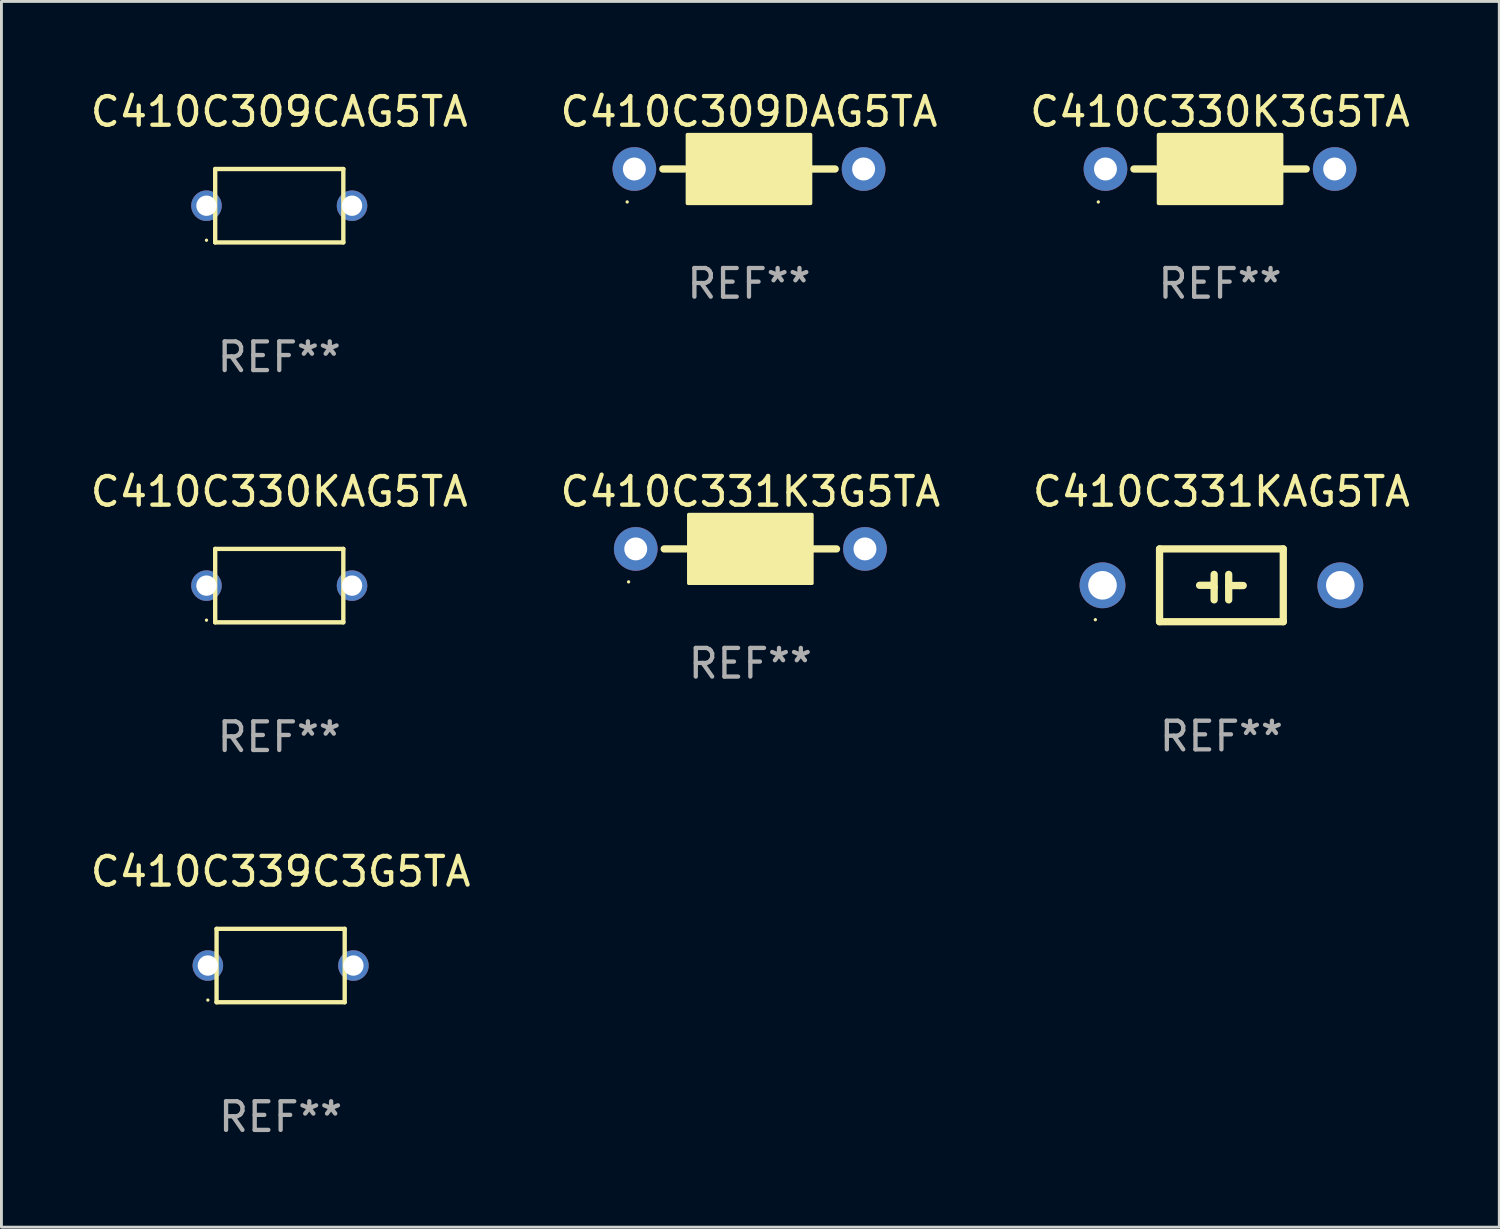
<source format=kicad_pcb>
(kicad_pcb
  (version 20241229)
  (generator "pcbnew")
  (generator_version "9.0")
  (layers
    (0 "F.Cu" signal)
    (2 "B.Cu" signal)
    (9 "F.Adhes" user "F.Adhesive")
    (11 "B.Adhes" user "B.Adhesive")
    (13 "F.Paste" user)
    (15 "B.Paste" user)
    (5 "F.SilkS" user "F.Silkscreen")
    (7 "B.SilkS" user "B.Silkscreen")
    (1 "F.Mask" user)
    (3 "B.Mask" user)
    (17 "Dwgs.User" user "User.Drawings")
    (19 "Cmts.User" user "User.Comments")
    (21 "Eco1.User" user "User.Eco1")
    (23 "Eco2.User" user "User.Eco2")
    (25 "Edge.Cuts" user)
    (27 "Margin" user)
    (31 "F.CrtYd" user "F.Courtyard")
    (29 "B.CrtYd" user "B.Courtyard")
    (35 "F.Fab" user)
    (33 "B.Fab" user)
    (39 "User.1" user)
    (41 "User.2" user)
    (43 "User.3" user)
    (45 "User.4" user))
  (footprint "C410C309CAG5TA"
    (layer "F.Cu")
    (at 6.696 4.129)
    (property "Reference" "C410C309CAG5TA" (at 0 -3.281 0) (layer "F.SilkS") (effects (font (size 1 1) (thickness 0.15))))
    (attr through_hole)
    (fp_line (start -2.236 -1.281) (end 2.236 -1.281) (stroke (width 0.152) (type solid)) (layer "F.SilkS"))
    (fp_line (start -2.236 1.281) (end -2.236 -1.281) (stroke (width 0.152) (type solid)) (layer "F.SilkS"))
    (fp_line (start 2.236 -1.281) (end 2.236 1.281) (stroke (width 0.152) (type solid)) (layer "F.SilkS"))
    (fp_line (start 2.236 1.281) (end -2.236 1.281) (stroke (width 0.152) (type solid)) (layer "F.SilkS"))
    (fp_circle (center -2.54 1.205) (end -2.51 1.205) (stroke (width 0.06) (type solid)) (fill no) (layer "F.SilkS"))
    (fp_text user "REF**" (at 0 5.281 0) (layer "F.Fab") (effects (font (size 1 1) (thickness 0.15))))
    (pad "1" thru_hole circle (at -2.54 0) (size 1.065 1.065) (drill 0.71) (layers "*.Cu" "*.Mask"))
    (pad "2" thru_hole circle (at 2.54 0) (size 1.065 1.065) (drill 0.71) (layers "*.Cu" "*.Mask")))
  (footprint "C410C330K3G5TA"
    (layer "F.Cu")
    (at 39.53 2.848)
    (property "Reference" "C410C330K3G5TA" (at 0 -2 0) (layer "F.SilkS") (effects (font (size 1 1) (thickness 0.15))))
    (attr through_hole)
    (fp_line (start -2.25 0) (end -3.007 0) (stroke (width 0.254) (type solid)) (layer "F.SilkS"))
    (fp_line (start 2.2 0) (end 3.007 0) (stroke (width 0.254) (type solid)) (layer "F.SilkS"))
    (fp_circle (center -4.25 1.15) (end -4.22 1.15) (stroke (width 0.06) (type solid)) (fill no) (layer "F.SilkS"))
    (fp_poly (pts (xy -2.15 -1.2) (xy 2.15 -1.2) (xy 2.15 1.2) (xy -2.15 1.2)) (stroke (width 0.12) (type solid)) (fill yes) (layer "F.SilkS"))
    (fp_text user "REF**" (at 0 4 0) (layer "F.Fab") (effects (font (size 1 1) (thickness 0.15))))
    (pad "1" thru_hole circle (at -4 0) (size 1.524 1.524) (drill 0.8) (layers "*.Cu" "*.Mask"))
    (pad "2" thru_hole circle (at 4 0) (size 1.524 1.524) (drill 0.8) (layers "*.Cu" "*.Mask")))
  (footprint "C410C309DAG5TA"
    (layer "F.Cu")
    (at 23.089 2.848)
    (property "Reference" "C410C309DAG5TA" (at 0 -2 0) (layer "F.SilkS") (effects (font (size 1 1) (thickness 0.15))))
    (attr through_hole)
    (fp_line (start -2.25 0) (end -3.007 0) (stroke (width 0.254) (type solid)) (layer "F.SilkS"))
    (fp_line (start 2.2 0) (end 3.007 0) (stroke (width 0.254) (type solid)) (layer "F.SilkS"))
    (fp_circle (center -4.25 1.15) (end -4.22 1.15) (stroke (width 0.06) (type solid)) (fill no) (layer "F.SilkS"))
    (fp_poly (pts (xy -2.15 -1.2) (xy 2.15 -1.2) (xy 2.15 1.2) (xy -2.15 1.2)) (stroke (width 0.12) (type solid)) (fill yes) (layer "F.SilkS"))
    (fp_text user "REF**" (at 0 4 0) (layer "F.Fab") (effects (font (size 1 1) (thickness 0.15))))
    (pad "1" thru_hole circle (at -4 0) (size 1.524 1.524) (drill 0.8) (layers "*.Cu" "*.Mask"))
    (pad "2" thru_hole circle (at 4 0) (size 1.524 1.524) (drill 0.8) (layers "*.Cu" "*.Mask")))
  (footprint "C410C331KAG5TA"
    (layer "F.Cu")
    (at 39.577 17.377)
    (property "Reference" "C410C331KAG5TA" (at 0 -3.27 0) (layer "F.SilkS") (effects (font (size 1 1) (thickness 0.15))))
    (attr through_hole)
    (fp_line (start -2.159 -1.27) (end -2.159 1.27) (stroke (width 0.254) (type solid)) (layer "F.SilkS"))
    (fp_line (start -2.159 1.27) (end 2.159 1.27) (stroke (width 0.254) (type solid)) (layer "F.SilkS"))
    (fp_line (start -0.762 0) (end -0.322 0) (stroke (width 0.254) (type solid)) (layer "F.SilkS"))
    (fp_line (start -0.322 0) (end -0.254 0.068) (stroke (width 0.254) (type solid)) (layer "F.SilkS"))
    (fp_line (start -0.254 -0.381) (end -0.254 0.508) (stroke (width 0.254) (type solid)) (layer "F.SilkS"))
    (fp_line (start 0.254 -0.381) (end 0.254 0.508) (stroke (width 0.254) (type solid)) (layer "F.SilkS"))
    (fp_line (start 0.254 0.008) (end 0.635 0.008) (stroke (width 0.254) (type solid)) (layer "F.SilkS"))
    (fp_line (start 0.635 0.008) (end 0.762 0.008) (stroke (width 0.254) (type solid)) (layer "F.SilkS"))
    (fp_line (start 2.159 -1.27) (end -2.159 -1.27) (stroke (width 0.254) (type solid)) (layer "F.SilkS"))
    (fp_line (start 2.159 1.27) (end 2.159 -1.27) (stroke (width 0.254) (type solid)) (layer "F.SilkS"))
    (fp_circle (center -4.4 1.2) (end -4.37 1.2) (stroke (width 0.06) (type solid)) (fill no) (layer "F.SilkS"))
    (fp_text user "REF**" (at 0 5.27 0) (layer "F.Fab") (effects (font (size 1 1) (thickness 0.15))))
    (pad "1" thru_hole circle (at -4.15 0) (size 1.6 1.6) (drill 1) (layers "*.Cu" "*.Mask"))
    (pad "2" thru_hole circle (at 4.15 0) (size 1.6 1.6) (drill 1) (layers "*.Cu" "*.Mask")))
  (footprint "C410C330KAG5TA"
    (layer "F.Cu")
    (at 6.696 17.388)
    (property "Reference" "C410C330KAG5TA" (at 0 -3.281 0) (layer "F.SilkS") (effects (font (size 1 1) (thickness 0.15))))
    (attr through_hole)
    (fp_line (start -2.236 -1.281) (end 2.236 -1.281) (stroke (width 0.152) (type solid)) (layer "F.SilkS"))
    (fp_line (start -2.236 1.281) (end -2.236 -1.281) (stroke (width 0.152) (type solid)) (layer "F.SilkS"))
    (fp_line (start 2.236 -1.281) (end 2.236 1.281) (stroke (width 0.152) (type solid)) (layer "F.SilkS"))
    (fp_line (start 2.236 1.281) (end -2.236 1.281) (stroke (width 0.152) (type solid)) (layer "F.SilkS"))
    (fp_circle (center -2.54 1.205) (end -2.51 1.205) (stroke (width 0.06) (type solid)) (fill no) (layer "F.SilkS"))
    (fp_text user "REF**" (at 0 5.281 0) (layer "F.Fab") (effects (font (size 1 1) (thickness 0.15))))
    (pad "1" thru_hole circle (at -2.54 0) (size 1.065 1.065) (drill 0.71) (layers "*.Cu" "*.Mask"))
    (pad "2" thru_hole circle (at 2.54 0) (size 1.065 1.065) (drill 0.71) (layers "*.Cu" "*.Mask")))
  (footprint "C410C331K3G5TA"
    (layer "F.Cu")
    (at 23.137 16.107)
    (property "Reference" "C410C331K3G5TA" (at 0 -2 0) (layer "F.SilkS") (effects (font (size 1 1) (thickness 0.15))))
    (attr through_hole)
    (fp_line (start -2.25 0) (end -3.007 0) (stroke (width 0.254) (type solid)) (layer "F.SilkS"))
    (fp_line (start 2.2 0) (end 3.007 0) (stroke (width 0.254) (type solid)) (layer "F.SilkS"))
    (fp_circle (center -4.25 1.15) (end -4.22 1.15) (stroke (width 0.06) (type solid)) (fill no) (layer "F.SilkS"))
    (fp_poly (pts (xy -2.15 -1.2) (xy 2.15 -1.2) (xy 2.15 1.2) (xy -2.15 1.2)) (stroke (width 0.12) (type solid)) (fill yes) (layer "F.SilkS"))
    (fp_text user "REF**" (at 0 4 0) (layer "F.Fab") (effects (font (size 1 1) (thickness 0.15))))
    (pad "1" thru_hole circle (at -4 0) (size 1.524 1.524) (drill 0.8) (layers "*.Cu" "*.Mask"))
    (pad "2" thru_hole circle (at 4 0) (size 1.524 1.524) (drill 0.8) (layers "*.Cu" "*.Mask")))
  (footprint "C410C339C3G5TA"
    (layer "F.Cu")
    (at 6.744 30.647)
    (property "Reference" "C410C339C3G5TA" (at 0 -3.281 0) (layer "F.SilkS") (effects (font (size 1 1) (thickness 0.15))))
    (attr through_hole)
    (fp_line (start -2.236 -1.281) (end 2.236 -1.281) (stroke (width 0.152) (type solid)) (layer "F.SilkS"))
    (fp_line (start -2.236 1.281) (end -2.236 -1.281) (stroke (width 0.152) (type solid)) (layer "F.SilkS"))
    (fp_line (start 2.236 -1.281) (end 2.236 1.281) (stroke (width 0.152) (type solid)) (layer "F.SilkS"))
    (fp_line (start 2.236 1.281) (end -2.236 1.281) (stroke (width 0.152) (type solid)) (layer "F.SilkS"))
    (fp_circle (center -2.54 1.205) (end -2.51 1.205) (stroke (width 0.06) (type solid)) (fill no) (layer "F.SilkS"))
    (fp_text user "REF**" (at 0 5.281 0) (layer "F.Fab") (effects (font (size 1 1) (thickness 0.15))))
    (pad "1" thru_hole circle (at -2.54 0) (size 1.065 1.065) (drill 0.71) (layers "*.Cu" "*.Mask"))
    (pad "2" thru_hole circle (at 2.54 0) (size 1.065 1.065) (drill 0.71) (layers "*.Cu" "*.Mask")))
  (gr_rect
    (start -3 -3)
    (end 49.274 39.777)
    (stroke (width 0.1) (type default))
    (fill no)
    (layer "Edge.Cuts")))
</source>
